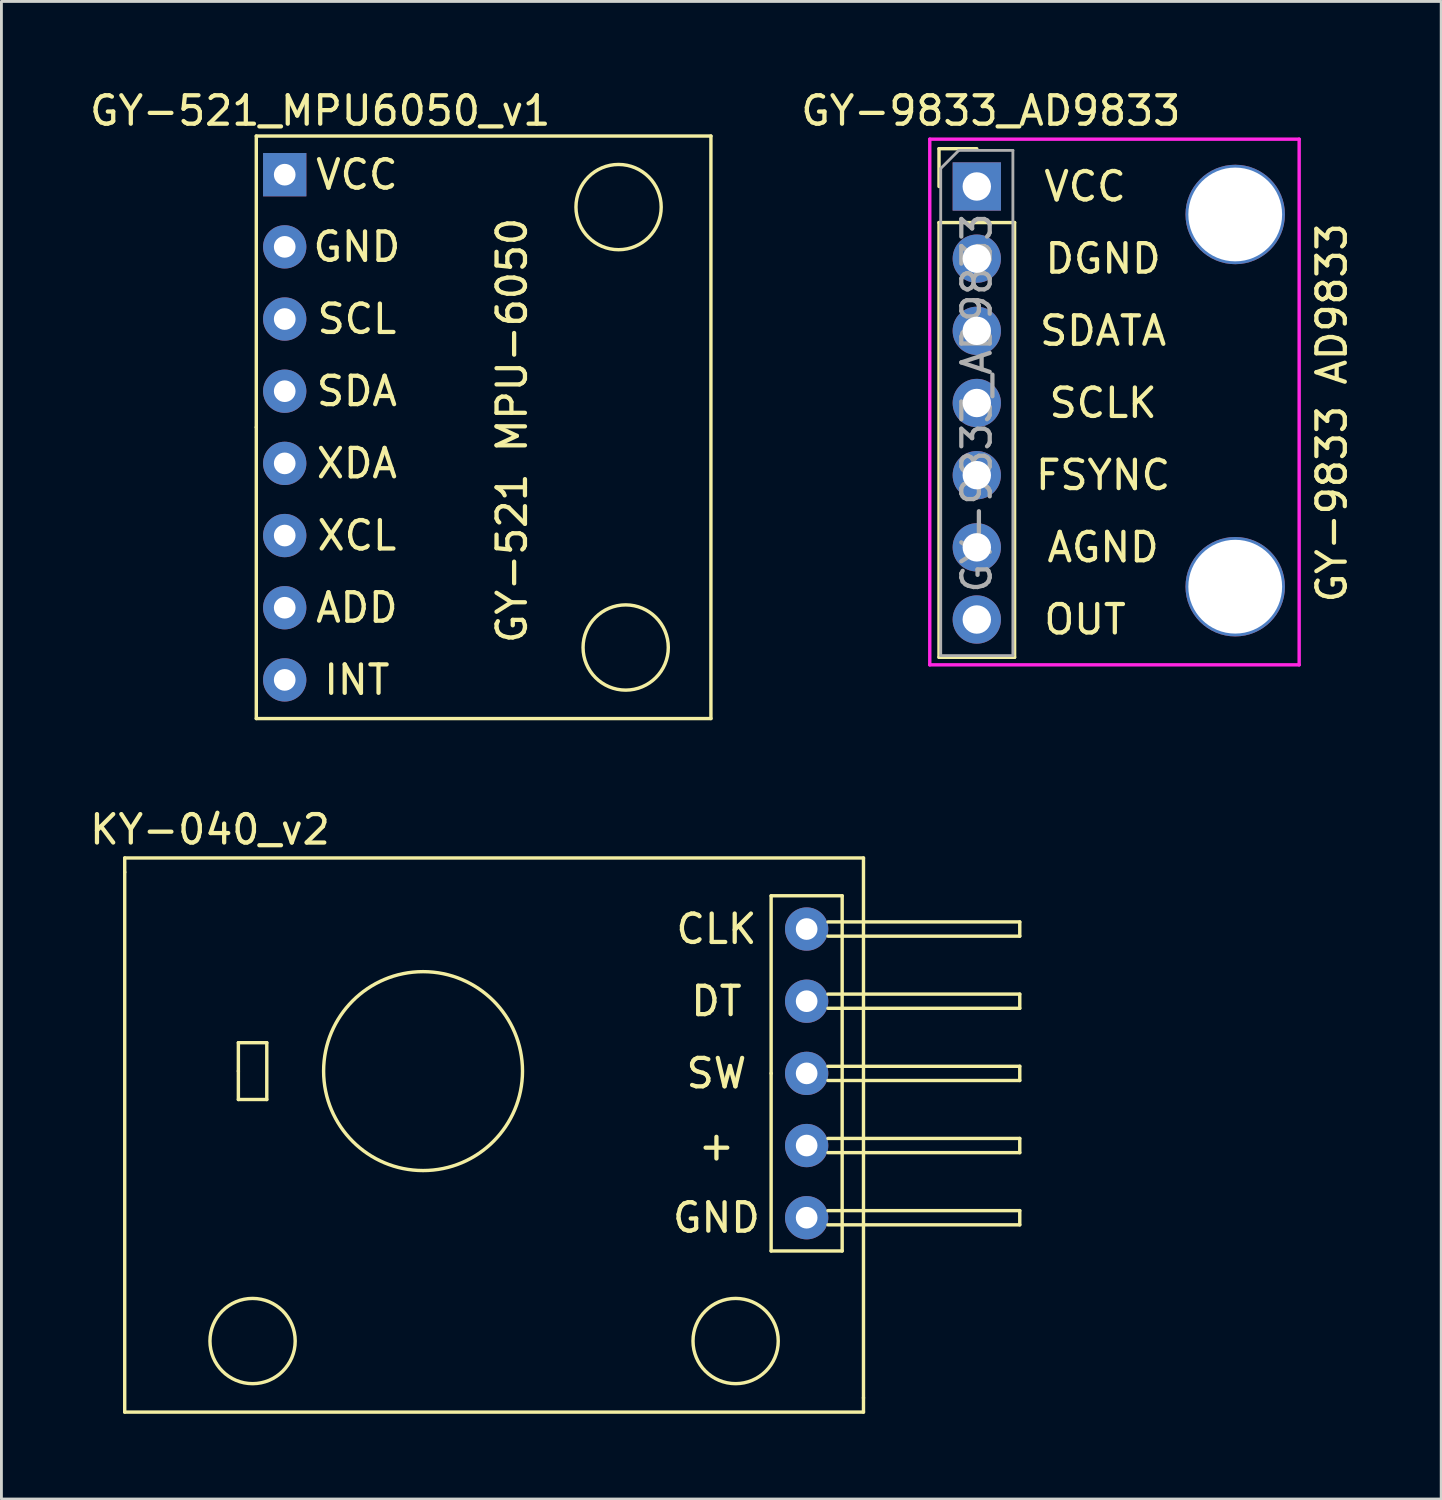
<source format=kicad_pcb>
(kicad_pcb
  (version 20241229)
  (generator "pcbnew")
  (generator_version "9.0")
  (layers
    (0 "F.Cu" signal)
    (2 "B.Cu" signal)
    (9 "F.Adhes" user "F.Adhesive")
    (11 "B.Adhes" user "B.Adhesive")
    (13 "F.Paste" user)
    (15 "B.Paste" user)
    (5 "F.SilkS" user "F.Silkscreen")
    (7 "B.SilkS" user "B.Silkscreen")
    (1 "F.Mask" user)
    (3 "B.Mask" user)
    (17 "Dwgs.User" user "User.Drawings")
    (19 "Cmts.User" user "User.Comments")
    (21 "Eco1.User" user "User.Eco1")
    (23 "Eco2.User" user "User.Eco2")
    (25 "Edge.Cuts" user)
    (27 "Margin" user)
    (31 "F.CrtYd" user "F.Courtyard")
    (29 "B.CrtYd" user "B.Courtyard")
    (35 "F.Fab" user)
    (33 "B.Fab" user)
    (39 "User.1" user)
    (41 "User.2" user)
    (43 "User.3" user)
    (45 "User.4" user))
  (footprint "GY-9833_AD9833"
    (layer "F.Cu")
    (at 31.323 3.478)
    (property "Reference" "GY-9833_AD9833" (at 0.499 -2.63 0) (layer "F.SilkS") (effects (font (size 1 1) (thickness 0.15))))
    (attr through_hole)
    (fp_line (start -1.326 -1.295) (end 0.004 -1.295) (stroke (width 0.12) (type solid)) (layer "F.SilkS"))
    (fp_line (start -1.326 0.035) (end -1.326 -1.295) (stroke (width 0.12) (type solid)) (layer "F.SilkS"))
    (fp_line (start -1.326 1.305) (end -1.326 16.605) (stroke (width 0.12) (type solid)) (layer "F.SilkS"))
    (fp_line (start -1.326 1.305) (end 1.334 1.305) (stroke (width 0.12) (type solid)) (layer "F.SilkS"))
    (fp_line (start -1.326 16.605) (end 1.334 16.605) (stroke (width 0.12) (type solid)) (layer "F.SilkS"))
    (fp_line (start 1.334 1.305) (end 1.334 16.605) (stroke (width 0.12) (type solid)) (layer "F.SilkS"))
    (fp_line (start -1.651 -1.63) (end -1.651 16.87) (stroke (width 0.12) (type solid)) (layer "F.CrtYd"))
    (fp_line (start -1.651 -1.63) (end 11.349 -1.63) (stroke (width 0.12) (type solid)) (layer "F.CrtYd"))
    (fp_line (start -1.651 16.87) (end 11.349 16.87) (stroke (width 0.12) (type solid)) (layer "F.CrtYd"))
    (fp_line (start 11.349 -1.63) (end 11.349 16.87) (stroke (width 0.12) (type solid)) (layer "F.CrtYd"))
    (fp_line (start -1.266 -0.6) (end -0.631 -1.235) (stroke (width 0.1) (type solid)) (layer "F.Fab"))
    (fp_line (start -1.266 16.545) (end -1.266 -0.6) (stroke (width 0.1) (type solid)) (layer "F.Fab"))
    (fp_line (start -0.631 -1.235) (end 1.274 -1.235) (stroke (width 0.1) (type solid)) (layer "F.Fab"))
    (fp_line (start 1.274 -1.235) (end 1.274 16.545) (stroke (width 0.1) (type solid)) (layer "F.Fab"))
    (fp_line (start 1.274 16.545) (end -1.266 16.545) (stroke (width 0.1) (type solid)) (layer "F.Fab"))
    (fp_text user "DGND" (at 4.449 2.575 180) (layer "F.SilkS") (effects (font (size 1 1) (thickness 0.15))))
    (fp_text user "FSYNC" (at 4.449 10.195 180) (layer "F.SilkS") (effects (font (size 1 1) (thickness 0.15))))
    (fp_text user "OUT" (at 3.814 15.275 180) (layer "F.SilkS") (effects (font (size 1 1) (thickness 0.15))))
    (fp_text user "AGND" (at 4.449 12.735 180) (layer "F.SilkS") (effects (font (size 1 1) (thickness 0.15))))
    (fp_text user "SCLK" (at 4.449 7.655 180) (layer "F.SilkS") (effects (font (size 1 1) (thickness 0.15))))
    (fp_text user "GY-9833 AD9833" (at 12.5 8 90) (layer "F.SilkS") (effects (font (size 1 1) (thickness 0.15))))
    (fp_text user "VCC" (at 3.814 0.035 180) (layer "F.SilkS") (effects (font (size 1 1) (thickness 0.15))))
    (fp_text user "SDATA" (at 4.449 5.115 180) (layer "F.SilkS") (effects (font (size 1 1) (thickness 0.15))))
    (fp_text user "${REFERENCE}" (at 0.004 7.655 90) (layer "F.Fab") (effects (font (size 1 1) (thickness 0.15))))
    (pad "" thru_hole circle (at 9.099 1.02 180) (size 3.5 3.5) (drill 3.3) (layers "*.Cu" "*.Mask"))
    (pad "" thru_hole circle (at 9.099 14.12 180) (size 3.5 3.5) (drill 3.3) (layers "*.Cu" "*.Mask"))
    (pad "1" thru_hole rect (at 0.004 0.035) (size 1.7 1.7) (drill 1) (layers "*.Cu" "*.Mask"))
    (pad "2" thru_hole oval (at 0.004 2.575) (size 1.7 1.7) (drill 1) (layers "*.Cu" "*.Mask"))
    (pad "3" thru_hole oval (at 0.004 5.115) (size 1.7 1.7) (drill 1) (layers "*.Cu" "*.Mask"))
    (pad "4" thru_hole oval (at 0.004 7.655) (size 1.7 1.7) (drill 1) (layers "*.Cu" "*.Mask"))
    (pad "5" thru_hole oval (at 0.004 10.195) (size 1.7 1.7) (drill 1) (layers "*.Cu" "*.Mask"))
    (pad "6" thru_hole oval (at 0.004 12.735) (size 1.7 1.7) (drill 1) (layers "*.Cu" "*.Mask"))
    (pad "7" thru_hole oval (at 0.004 15.275) (size 1.7 1.7) (drill 1) (layers "*.Cu" "*.Mask")))
  (footprint "GY-521_MPU6050_v1"
    (layer "F.Cu")
    (at 6.97 3.098)
    (property "Reference" "GY-521_MPU6050_v1" (at 1.25 -2.25 0) (layer "F.SilkS") (effects (font (size 1 1) (thickness 0.15))))
    (attr through_hole)
    (fp_line (start -1 -1.36) (end 15 -1.36) (stroke (width 0.12) (type solid)) (layer "F.SilkS"))
    (fp_line (start -1 8.89) (end -1 -1.36) (stroke (width 0.12) (type solid)) (layer "F.SilkS"))
    (fp_line (start -1 19.14) (end -1 8.89) (stroke (width 0.12) (type solid)) (layer "F.SilkS"))
    (fp_line (start 15 -1.36) (end 15 19.14) (stroke (width 0.12) (type solid)) (layer "F.SilkS"))
    (fp_line (start 15 19.14) (end -1 19.14) (stroke (width 0.12) (type solid)) (layer "F.SilkS"))
    (fp_circle (center 11.75 1.14) (end 13.25 1.14) (stroke (width 0.12) (type solid)) (fill no) (layer "F.SilkS"))
    (fp_circle (center 12 16.64) (end 13.5 16.64) (stroke (width 0.12) (type solid)) (fill no) (layer "F.SilkS"))
    (fp_text user "INT" (at 2.54 17.78 0) (layer "F.SilkS") (effects (font (size 1 1) (thickness 0.15))))
    (fp_text user "SDA" (at 2.54 7.62 0) (layer "F.SilkS") (effects (font (size 1 1) (thickness 0.15))))
    (fp_text user "ADD" (at 2.54 15.24 0) (layer "F.SilkS") (effects (font (size 1 1) (thickness 0.15))))
    (fp_text user "GND" (at 2.54 2.54 0) (layer "F.SilkS") (effects (font (size 1 1) (thickness 0.15))))
    (fp_text user "XCL" (at 2.54 12.7 0) (layer "F.SilkS") (effects (font (size 1 1) (thickness 0.15))))
    (fp_text user "XDA" (at 2.54 10.16 0) (layer "F.SilkS") (effects (font (size 1 1) (thickness 0.15))))
    (fp_text user "GY-521 MPU-6050" (at 8 9 90) (layer "F.SilkS") (effects (font (size 1 1) (thickness 0.15))))
    (fp_text user "VCC" (at 2.54 0 0) (layer "F.SilkS") (effects (font (size 1 1) (thickness 0.15))))
    (fp_text user "SCL" (at 2.54 5.08 0) (layer "F.SilkS") (effects (font (size 1 1) (thickness 0.15))))
    (pad "1" thru_hole rect (at 0 0) (size 1.524 1.524) (drill 0.762) (layers "*.Cu" "*.Mask"))
    (pad "2" thru_hole circle (at 0 2.54) (size 1.524 1.524) (drill 0.762) (layers "*.Cu" "*.Mask"))
    (pad "3" thru_hole circle (at 0 5.08) (size 1.524 1.524) (drill 0.762) (layers "*.Cu" "*.Mask"))
    (pad "4" thru_hole circle (at 0 7.62) (size 1.524 1.524) (drill 0.762) (layers "*.Cu" "*.Mask"))
    (pad "5" thru_hole circle (at 0 10.16) (size 1.524 1.524) (drill 0.762) (layers "*.Cu" "*.Mask"))
    (pad "6" thru_hole circle (at 0 12.7) (size 1.524 1.524) (drill 0.762) (layers "*.Cu" "*.Mask"))
    (pad "7" thru_hole circle (at 0 15.24) (size 1.524 1.524) (drill 0.762) (layers "*.Cu" "*.Mask"))
    (pad "8" thru_hole circle (at 0 17.78) (size 1.524 1.524) (drill 0.762) (layers "*.Cu" "*.Mask")))
  (footprint "KY-040_v2"
    (layer "F.Cu")
    (at 25.339 29.646)
    (property "Reference" "KY-040_v2" (at -21 -3.5 0) (layer "F.SilkS") (effects (font (size 1 1) (thickness 0.15))))
    (attr through_hole)
    (fp_line (start -24 -2.5) (end 2 -2.5) (stroke (width 0.12) (type solid)) (layer "F.SilkS"))
    (fp_line (start -24 -2) (end -24 -2.5) (stroke (width 0.12) (type solid)) (layer "F.SilkS"))
    (fp_line (start -24 -2) (end -24 17) (stroke (width 0.12) (type solid)) (layer "F.SilkS"))
    (fp_line (start -20 4) (end -19 4) (stroke (width 0.12) (type solid)) (layer "F.SilkS"))
    (fp_line (start -20 5) (end -20 4) (stroke (width 0.12) (type solid)) (layer "F.SilkS"))
    (fp_line (start -20 5) (end -20 6) (stroke (width 0.12) (type solid)) (layer "F.SilkS"))
    (fp_line (start -20 6) (end -19 6) (stroke (width 0.12) (type solid)) (layer "F.SilkS"))
    (fp_line (start -19 4) (end -19 6) (stroke (width 0.12) (type solid)) (layer "F.SilkS"))
    (fp_line (start -1.25 -1.17) (end 1.25 -1.17) (stroke (width 0.12) (type solid)) (layer "F.SilkS"))
    (fp_line (start -1.25 5.08) (end -1.25 -1.17) (stroke (width 0.12) (type solid)) (layer "F.SilkS"))
    (fp_line (start -1.25 11.33) (end -1.25 5.08) (stroke (width 0.12) (type solid)) (layer "F.SilkS"))
    (fp_line (start 0.75 -0.25) (end 7.5 -0.25) (stroke (width 0.12) (type solid)) (layer "F.SilkS"))
    (fp_line (start 0.75 2.29) (end 7.5 2.29) (stroke (width 0.12) (type solid)) (layer "F.SilkS"))
    (fp_line (start 0.75 4.83) (end 7.5 4.83) (stroke (width 0.12) (type solid)) (layer "F.SilkS"))
    (fp_line (start 0.75 7.37) (end 7.5 7.37) (stroke (width 0.12) (type solid)) (layer "F.SilkS"))
    (fp_line (start 0.75 9.91) (end 7.5 9.91) (stroke (width 0.12) (type solid)) (layer "F.SilkS"))
    (fp_line (start 1.25 -1.17) (end 1.25 11.33) (stroke (width 0.12) (type solid)) (layer "F.SilkS"))
    (fp_line (start 1.25 11.33) (end -1.25 11.33) (stroke (width 0.12) (type solid)) (layer "F.SilkS"))
    (fp_line (start 2 16.5) (end 2 -2.5) (stroke (width 0.12) (type solid)) (layer "F.SilkS"))
    (fp_line (start 2 16.5) (end 2 17) (stroke (width 0.12) (type solid)) (layer "F.SilkS"))
    (fp_line (start 2 17) (end -24 17) (stroke (width 0.12) (type solid)) (layer "F.SilkS"))
    (fp_line (start 7.5 -0.25) (end 7.5 0.25) (stroke (width 0.12) (type solid)) (layer "F.SilkS"))
    (fp_line (start 7.5 0.25) (end 0.75 0.25) (stroke (width 0.12) (type solid)) (layer "F.SilkS"))
    (fp_line (start 7.5 2.29) (end 7.5 2.79) (stroke (width 0.12) (type solid)) (layer "F.SilkS"))
    (fp_line (start 7.5 2.79) (end 0.75 2.79) (stroke (width 0.12) (type solid)) (layer "F.SilkS"))
    (fp_line (start 7.5 4.83) (end 7.5 5.33) (stroke (width 0.12) (type solid)) (layer "F.SilkS"))
    (fp_line (start 7.5 5.33) (end 0.75 5.33) (stroke (width 0.12) (type solid)) (layer "F.SilkS"))
    (fp_line (start 7.5 7.37) (end 7.5 7.87) (stroke (width 0.12) (type solid)) (layer "F.SilkS"))
    (fp_line (start 7.5 7.87) (end 0.75 7.87) (stroke (width 0.12) (type solid)) (layer "F.SilkS"))
    (fp_line (start 7.5 9.91) (end 7.5 10.41) (stroke (width 0.12) (type solid)) (layer "F.SilkS"))
    (fp_line (start 7.5 10.41) (end 0.75 10.41) (stroke (width 0.12) (type solid)) (layer "F.SilkS"))
    (fp_circle (center -19.5 14.5) (end -18 14.5) (stroke (width 0.12) (type solid)) (fill no) (layer "F.SilkS"))
    (fp_circle (center -13.5 5) (end -10 5) (stroke (width 0.12) (type solid)) (fill no) (layer "F.SilkS"))
    (fp_circle (center -2.5 14.5) (end -1 14.5) (stroke (width 0.12) (type solid)) (fill no) (layer "F.SilkS"))
    (fp_text user "CLK" (at -3.175 0 0) (layer "F.SilkS") (effects (font (size 1 1) (thickness 0.15))))
    (fp_text user "+" (at -3.175 7.62 0) (layer "F.SilkS") (effects (font (size 1 1) (thickness 0.15))))
    (fp_text user "SW" (at -3.175 5.08 0) (layer "F.SilkS") (effects (font (size 1 1) (thickness 0.15))))
    (fp_text user "GND" (at -3.175 10.16 0) (layer "F.SilkS") (effects (font (size 1 1) (thickness 0.15))))
    (fp_text user "DT" (at -3.175 2.54 0) (layer "F.SilkS") (effects (font (size 1 1) (thickness 0.15))))
    (pad "1" thru_hole circle (at 0 0) (size 1.524 1.524) (drill 0.762) (layers "*.Cu" "*.Mask"))
    (pad "2" thru_hole circle (at 0 2.54) (size 1.524 1.524) (drill 0.762) (layers "*.Cu" "*.Mask"))
    (pad "3" thru_hole circle (at 0 5.08) (size 1.524 1.524) (drill 0.762) (layers "*.Cu" "*.Mask"))
    (pad "4" thru_hole circle (at 0 7.62) (size 1.524 1.524) (drill 0.762) (layers "*.Cu" "*.Mask"))
    (pad "5" thru_hole circle (at 0 10.16) (size 1.524 1.524) (drill 0.762) (layers "*.Cu" "*.Mask")))
  (gr_rect
    (start -3 -3)
    (end 47.671 49.706)
    (stroke (width 0.1) (type default))
    (fill no)
    (layer "Edge.Cuts")))
</source>
